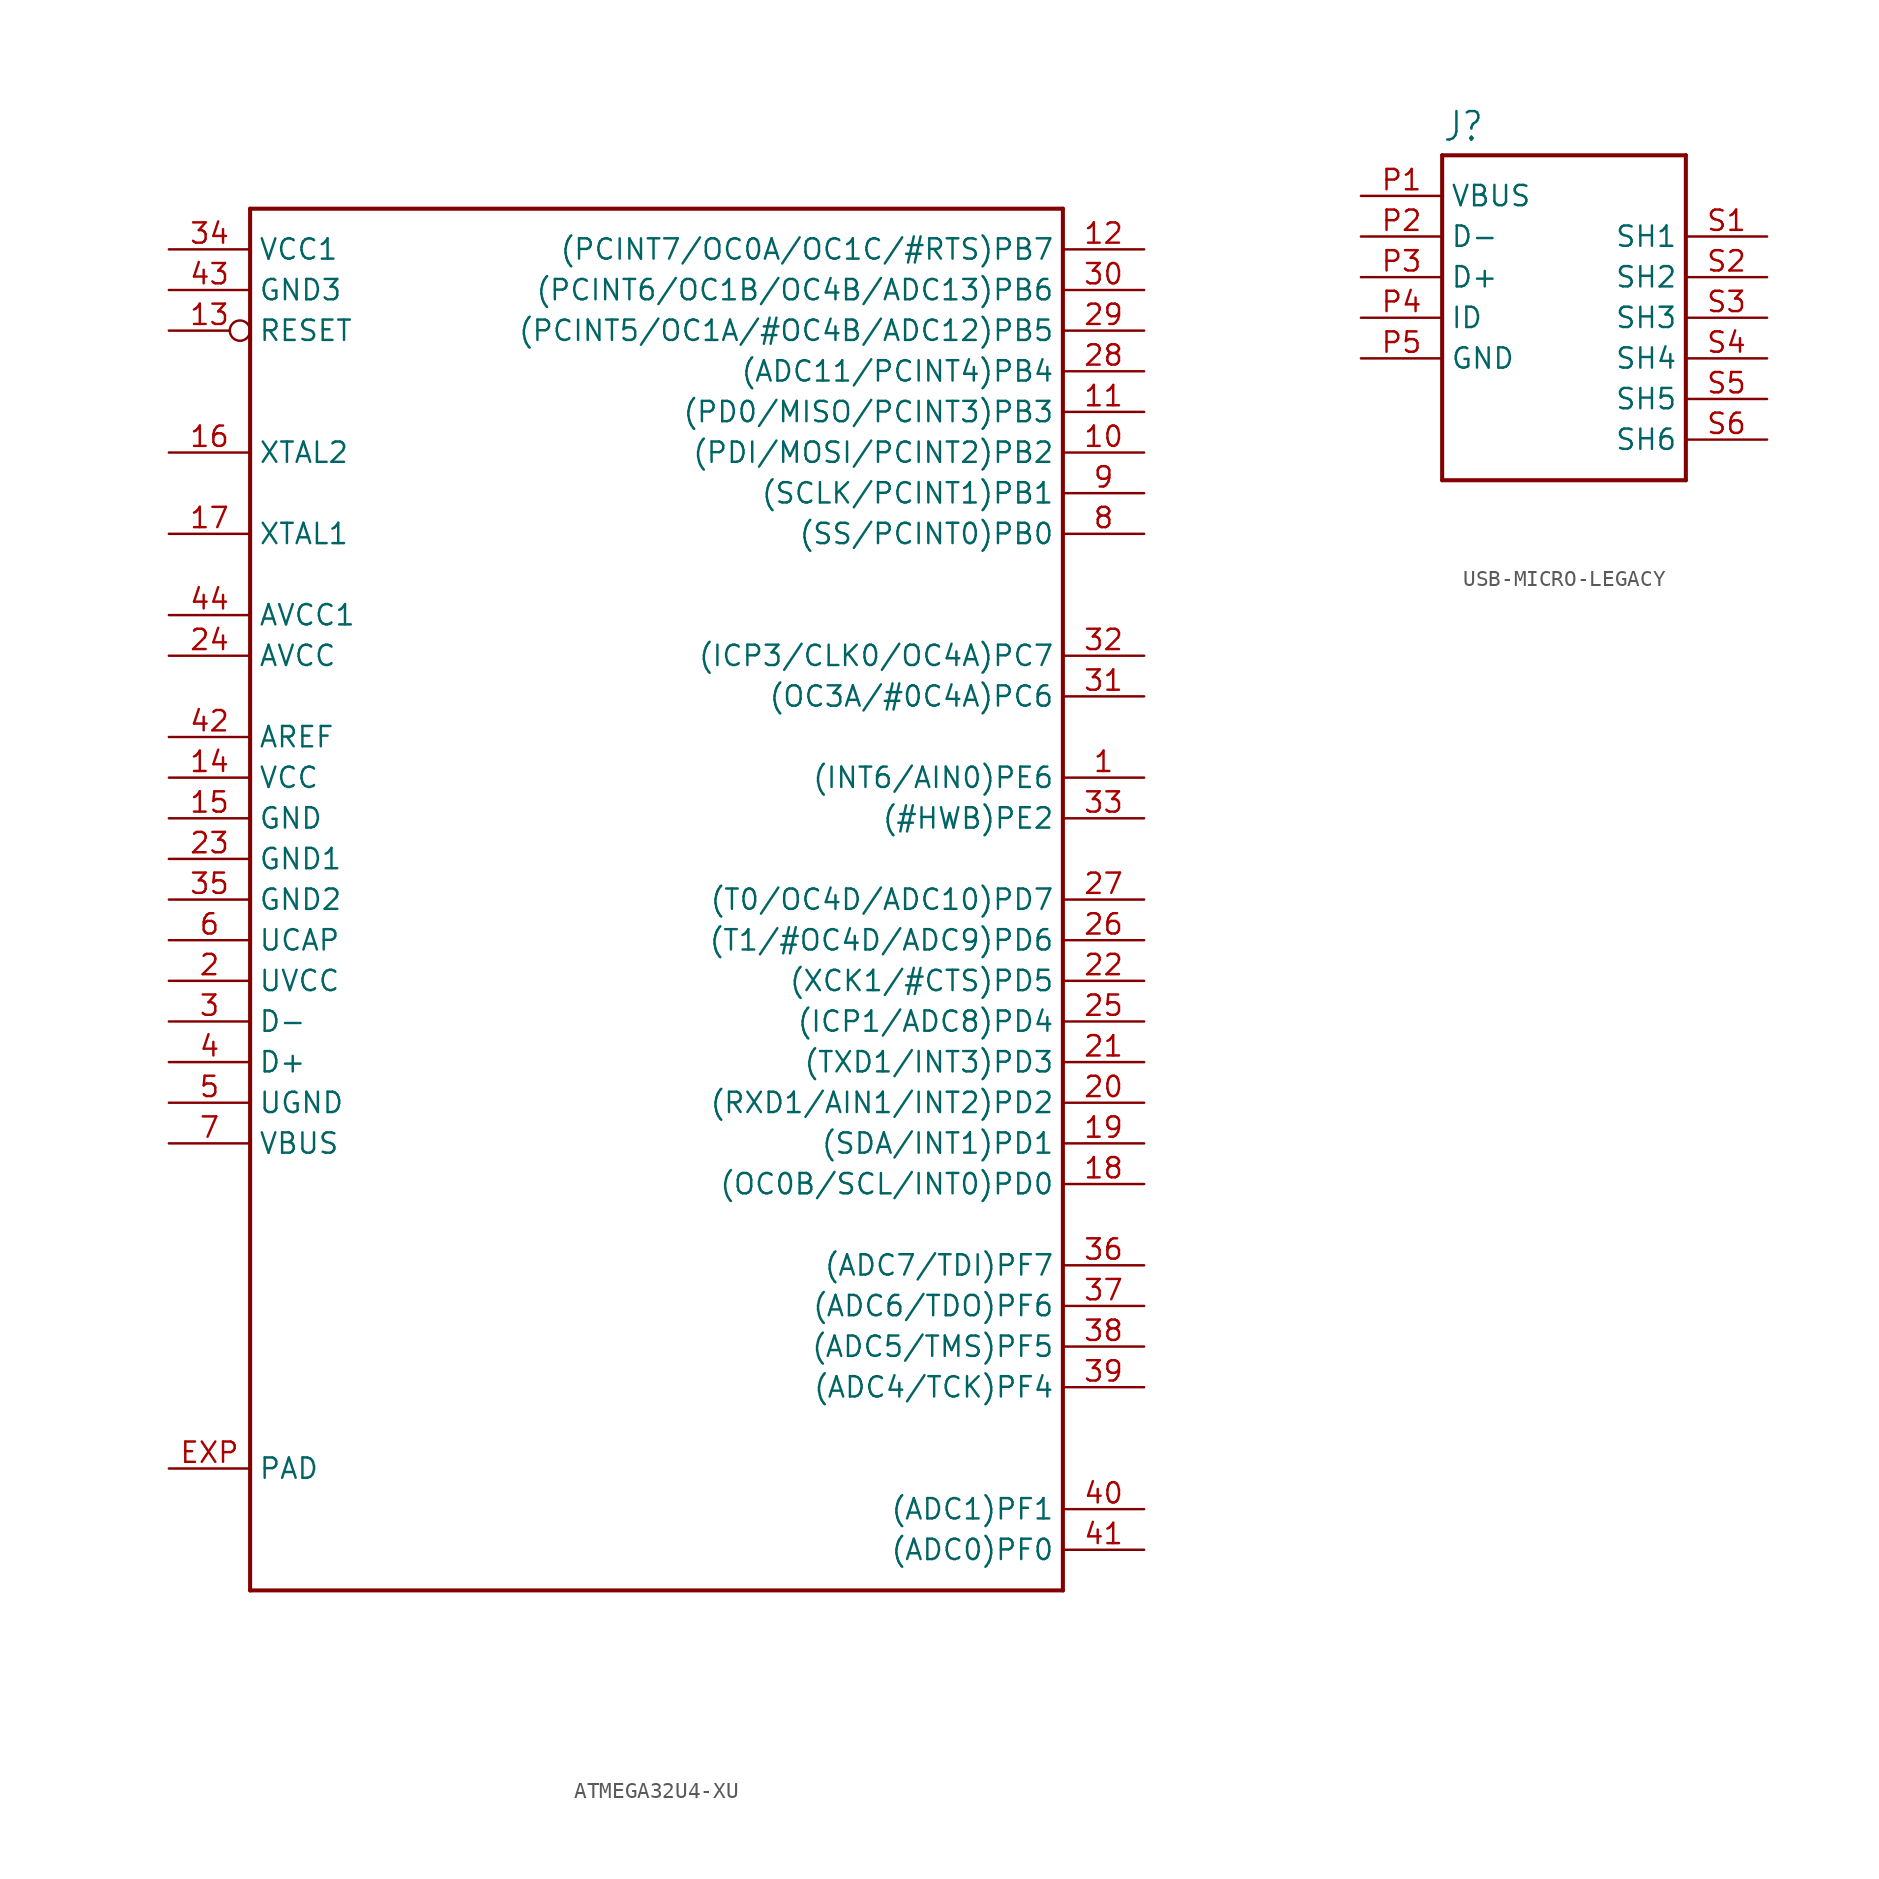
<source format=kicad_sym>
(kicad_symbol_lib
  (version 20231120)
  (generator "kicad_symbol_editor")
  (generator_version "8.0")
  (symbol "ATMEGA32U4-XU"
    (property "Reference" ""
      (at -20.32 26.162 0)
      (effects (font (size 1.778 1.511)) (justify left bottom) (hide yes)))
    (property "Value" ""
      (at -20.32 -63.5 0)
      (effects (font (size 1.778 1.511)) (justify left bottom)))
    (property "ki_locked" ""
      (at 0 0 0)
      (effects (font (size 1.27 1.27))))
    (symbol "ATMEGA32U4-XU_1_0"
      (polyline (pts (xy -20.32 -60.96) (xy -20.32 25.4)) (stroke (width 0.254) (type solid)) (fill (type none)))
      (polyline (pts (xy -20.32 25.4) (xy 30.48 25.4)) (stroke (width 0.254) (type solid)) (fill (type none)))
      (polyline (pts (xy 30.48 -60.96) (xy -20.32 -60.96)) (stroke (width 0.254) (type solid)) (fill (type none)))
      (polyline (pts (xy 30.48 25.4) (xy 30.48 -60.96)) (stroke (width 0.254) (type solid)) (fill (type none)))
      (pin bidirectional line (at 35.56 -10.16 180) (length 5.08) (name "(INT6/AIN0)PE6" (effects (font (size 1.27 1.27)))) (number "1" (effects (font (size 1.27 1.27)))))
      (pin bidirectional line (at 35.56 10.16 180) (length 5.08) (name "(PDI/MOSI/PCINT2)PB2" (effects (font (size 1.27 1.27)))) (number "10" (effects (font (size 1.27 1.27)))))
      (pin bidirectional line (at 35.56 12.7 180) (length 5.08) (name "(PD0/MISO/PCINT3)PB3" (effects (font (size 1.27 1.27)))) (number "11" (effects (font (size 1.27 1.27)))))
      (pin bidirectional line (at 35.56 22.86 180) (length 5.08) (name "(PCINT7/OC0A/OC1C/#RTS)PB7" (effects (font (size 1.27 1.27)))) (number "12" (effects (font (size 1.27 1.27)))))
      (pin input inverted (at -25.4 17.78 0) (length 5.08) (name "RESET" (effects (font (size 1.27 1.27)))) (number "13" (effects (font (size 1.27 1.27)))))
      (pin power_in line (at -25.4 -10.16 0) (length 5.08) (name "VCC" (effects (font (size 1.27 1.27)))) (number "14" (effects (font (size 1.27 1.27)))))
      (pin power_in line (at -25.4 -12.7 0) (length 5.08) (name "GND" (effects (font (size 1.27 1.27)))) (number "15" (effects (font (size 1.27 1.27)))))
      (pin bidirectional line (at -25.4 10.16 0) (length 5.08) (name "XTAL2" (effects (font (size 1.27 1.27)))) (number "16" (effects (font (size 1.27 1.27)))))
      (pin bidirectional line (at -25.4 5.08 0) (length 5.08) (name "XTAL1" (effects (font (size 1.27 1.27)))) (number "17" (effects (font (size 1.27 1.27)))))
      (pin bidirectional line (at 35.56 -35.56 180) (length 5.08) (name "(OC0B/SCL/INT0)PD0" (effects (font (size 1.27 1.27)))) (number "18" (effects (font (size 1.27 1.27)))))
      (pin bidirectional line (at 35.56 -33.02 180) (length 5.08) (name "(SDA/INT1)PD1" (effects (font (size 1.27 1.27)))) (number "19" (effects (font (size 1.27 1.27)))))
      (pin power_in line (at -25.4 -22.86 0) (length 5.08) (name "UVCC" (effects (font (size 1.27 1.27)))) (number "2" (effects (font (size 1.27 1.27)))))
      (pin bidirectional line (at 35.56 -30.48 180) (length 5.08) (name "(RXD1/AIN1/INT2)PD2" (effects (font (size 1.27 1.27)))) (number "20" (effects (font (size 1.27 1.27)))))
      (pin bidirectional line (at 35.56 -27.94 180) (length 5.08) (name "(TXD1/INT3)PD3" (effects (font (size 1.27 1.27)))) (number "21" (effects (font (size 1.27 1.27)))))
      (pin bidirectional line (at 35.56 -22.86 180) (length 5.08) (name "(XCK1/#CTS)PD5" (effects (font (size 1.27 1.27)))) (number "22" (effects (font (size 1.27 1.27)))))
      (pin power_in line (at -25.4 -15.24 0) (length 5.08) (name "GND1" (effects (font (size 1.27 1.27)))) (number "23" (effects (font (size 1.27 1.27)))))
      (pin power_in line (at -25.4 -2.54 0) (length 5.08) (name "AVCC" (effects (font (size 1.27 1.27)))) (number "24" (effects (font (size 1.27 1.27)))))
      (pin bidirectional line (at 35.56 -25.4 180) (length 5.08) (name "(ICP1/ADC8)PD4" (effects (font (size 1.27 1.27)))) (number "25" (effects (font (size 1.27 1.27)))))
      (pin bidirectional line (at 35.56 -20.32 180) (length 5.08) (name "(T1/#OC4D/ADC9)PD6" (effects (font (size 1.27 1.27)))) (number "26" (effects (font (size 1.27 1.27)))))
      (pin bidirectional line (at 35.56 -17.78 180) (length 5.08) (name "(T0/OC4D/ADC10)PD7" (effects (font (size 1.27 1.27)))) (number "27" (effects (font (size 1.27 1.27)))))
      (pin bidirectional line (at 35.56 15.24 180) (length 5.08) (name "(ADC11/PCINT4)PB4" (effects (font (size 1.27 1.27)))) (number "28" (effects (font (size 1.27 1.27)))))
      (pin bidirectional line (at 35.56 17.78 180) (length 5.08) (name "(PCINT5/OC1A/#OC4B/ADC12)PB5" (effects (font (size 1.27 1.27)))) (number "29" (effects (font (size 1.27 1.27)))))
      (pin bidirectional line (at -25.4 -25.4 0) (length 5.08) (name "D-" (effects (font (size 1.27 1.27)))) (number "3" (effects (font (size 1.27 1.27)))))
      (pin bidirectional line (at 35.56 20.32 180) (length 5.08) (name "(PCINT6/OC1B/OC4B/ADC13)PB6" (effects (font (size 1.27 1.27)))) (number "30" (effects (font (size 1.27 1.27)))))
      (pin bidirectional line (at 35.56 -5.08 180) (length 5.08) (name "(OC3A/#0C4A)PC6" (effects (font (size 1.27 1.27)))) (number "31" (effects (font (size 1.27 1.27)))))
      (pin bidirectional line (at 35.56 -2.54 180) (length 5.08) (name "(ICP3/CLK0/OC4A)PC7" (effects (font (size 1.27 1.27)))) (number "32" (effects (font (size 1.27 1.27)))))
      (pin bidirectional line (at 35.56 -12.7 180) (length 5.08) (name "(#HWB)PE2" (effects (font (size 1.27 1.27)))) (number "33" (effects (font (size 1.27 1.27)))))
      (pin power_in line (at -25.4 22.86 0) (length 5.08) (name "VCC1" (effects (font (size 1.27 1.27)))) (number "34" (effects (font (size 1.27 1.27)))))
      (pin power_in line (at -25.4 -17.78 0) (length 5.08) (name "GND2" (effects (font (size 1.27 1.27)))) (number "35" (effects (font (size 1.27 1.27)))))
      (pin bidirectional line (at 35.56 -40.64 180) (length 5.08) (name "(ADC7/TDI)PF7" (effects (font (size 1.27 1.27)))) (number "36" (effects (font (size 1.27 1.27)))))
      (pin bidirectional line (at 35.56 -43.18 180) (length 5.08) (name "(ADC6/TDO)PF6" (effects (font (size 1.27 1.27)))) (number "37" (effects (font (size 1.27 1.27)))))
      (pin bidirectional line (at 35.56 -45.72 180) (length 5.08) (name "(ADC5/TMS)PF5" (effects (font (size 1.27 1.27)))) (number "38" (effects (font (size 1.27 1.27)))))
      (pin bidirectional line (at 35.56 -48.26 180) (length 5.08) (name "(ADC4/TCK)PF4" (effects (font (size 1.27 1.27)))) (number "39" (effects (font (size 1.27 1.27)))))
      (pin bidirectional line (at -25.4 -27.94 0) (length 5.08) (name "D+" (effects (font (size 1.27 1.27)))) (number "4" (effects (font (size 1.27 1.27)))))
      (pin bidirectional line (at 35.56 -55.88 180) (length 5.08) (name "(ADC1)PF1" (effects (font (size 1.27 1.27)))) (number "40" (effects (font (size 1.27 1.27)))))
      (pin bidirectional line (at 35.56 -58.42 180) (length 5.08) (name "(ADC0)PF0" (effects (font (size 1.27 1.27)))) (number "41" (effects (font (size 1.27 1.27)))))
      (pin power_in line (at -25.4 -7.62 0) (length 5.08) (name "AREF" (effects (font (size 1.27 1.27)))) (number "42" (effects (font (size 1.27 1.27)))))
      (pin power_in line (at -25.4 20.32 0) (length 5.08) (name "GND3" (effects (font (size 1.27 1.27)))) (number "43" (effects (font (size 1.27 1.27)))))
      (pin power_in line (at -25.4 0 0) (length 5.08) (name "AVCC1" (effects (font (size 1.27 1.27)))) (number "44" (effects (font (size 1.27 1.27)))))
      (pin power_in line (at -25.4 -30.48 0) (length 5.08) (name "UGND" (effects (font (size 1.27 1.27)))) (number "5" (effects (font (size 1.27 1.27)))))
      (pin passive line (at -25.4 -20.32 0) (length 5.08) (name "UCAP" (effects (font (size 1.27 1.27)))) (number "6" (effects (font (size 1.27 1.27)))))
      (pin input line (at -25.4 -33.02 0) (length 5.08) (name "VBUS" (effects (font (size 1.27 1.27)))) (number "7" (effects (font (size 1.27 1.27)))))
      (pin bidirectional line (at 35.56 5.08 180) (length 5.08) (name "(SS/PCINT0)PB0" (effects (font (size 1.27 1.27)))) (number "8" (effects (font (size 1.27 1.27)))))
      (pin bidirectional line (at 35.56 7.62 180) (length 5.08) (name "(SCLK/PCINT1)PB1" (effects (font (size 1.27 1.27)))) (number "9" (effects (font (size 1.27 1.27)))))
      (pin power_in line (at -25.4 -53.34 0) (length 5.08) (name "PAD" (effects (font (size 1.27 1.27)))) (number "EXP" (effects (font (size 1.27 1.27)))))))
  (symbol "USB-MICRO-LEGACY"
    (property "Reference" "J"
      (at -7.62 8.382 0)
      (effects (font (size 1.778 1.511)) (justify left bottom)))
    (property "Value" ""
      (at -7.62 -15.24 0)
      (effects (font (size 1.778 1.511)) (justify left bottom)))
    (property "ki_locked" ""
      (at 0 0 0)
      (effects (font (size 1.27 1.27))))
    (symbol "USB-MICRO-LEGACY_1_0"
      (polyline (pts (xy -7.62 -12.7) (xy 7.62 -12.7)) (stroke (width 0.254) (type solid)) (fill (type none)))
      (polyline (pts (xy -7.62 7.62) (xy -7.62 -12.7)) (stroke (width 0.254) (type solid)) (fill (type none)))
      (polyline (pts (xy 7.62 -12.7) (xy 7.62 7.62)) (stroke (width 0.254) (type solid)) (fill (type none)))
      (polyline (pts (xy 7.62 7.62) (xy -7.62 7.62)) (stroke (width 0.254) (type solid)) (fill (type none)))
      (pin power_in line (at -12.7 5.08 0) (length 5.08) (name "VBUS" (effects (font (size 1.27 1.27)))) (number "P1" (effects (font (size 1.27 1.27)))))
      (pin bidirectional line (at -12.7 2.54 0) (length 5.08) (name "D-" (effects (font (size 1.27 1.27)))) (number "P2" (effects (font (size 1.27 1.27)))))
      (pin bidirectional line (at -12.7 0 0) (length 5.08) (name "D+" (effects (font (size 1.27 1.27)))) (number "P3" (effects (font (size 1.27 1.27)))))
      (pin bidirectional line (at -12.7 -2.54 0) (length 5.08) (name "ID" (effects (font (size 1.27 1.27)))) (number "P4" (effects (font (size 1.27 1.27)))))
      (pin passive line (at -12.7 -5.08 0) (length 5.08) (name "GND" (effects (font (size 1.27 1.27)))) (number "P5" (effects (font (size 1.27 1.27)))))
      (pin passive line (at 12.7 2.54 180) (length 5.08) (name "SH1" (effects (font (size 1.27 1.27)))) (number "S1" (effects (font (size 1.27 1.27)))))
      (pin passive line (at 12.7 0 180) (length 5.08) (name "SH2" (effects (font (size 1.27 1.27)))) (number "S2" (effects (font (size 1.27 1.27)))))
      (pin passive line (at 12.7 -2.54 180) (length 5.08) (name "SH3" (effects (font (size 1.27 1.27)))) (number "S3" (effects (font (size 1.27 1.27)))))
      (pin passive line (at 12.7 -5.08 180) (length 5.08) (name "SH4" (effects (font (size 1.27 1.27)))) (number "S4" (effects (font (size 1.27 1.27)))))
      (pin passive line (at 12.7 -7.62 180) (length 5.08) (name "SH5" (effects (font (size 1.27 1.27)))) (number "S5" (effects (font (size 1.27 1.27)))))
      (pin passive line (at 12.7 -10.16 180) (length 5.08) (name "SH6" (effects (font (size 1.27 1.27)))) (number "S6" (effects (font (size 1.27 1.27))))))))
</source>
